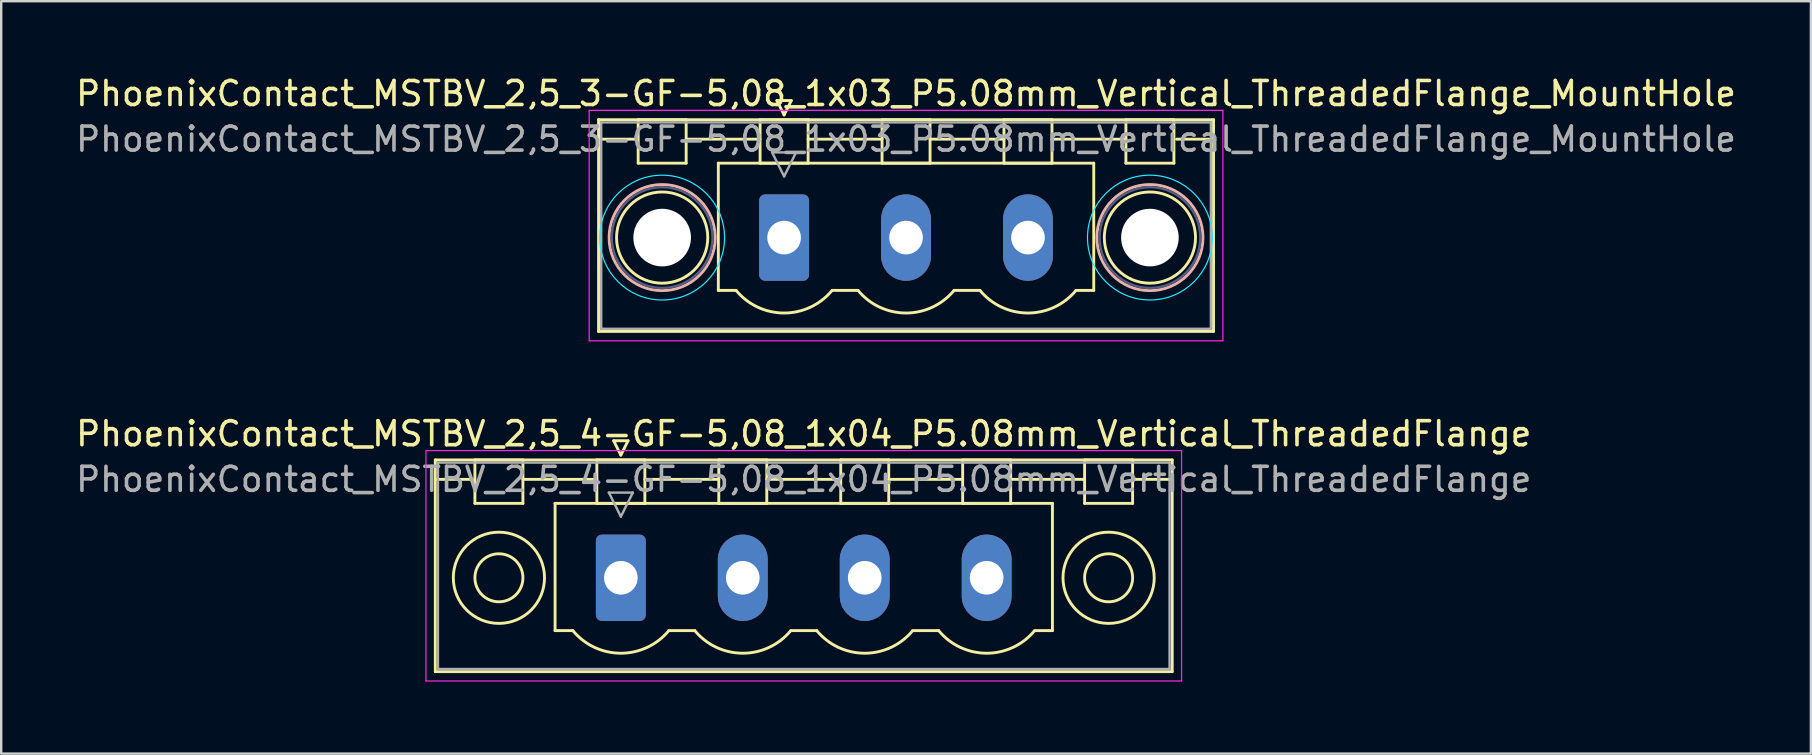
<source format=kicad_pcb>
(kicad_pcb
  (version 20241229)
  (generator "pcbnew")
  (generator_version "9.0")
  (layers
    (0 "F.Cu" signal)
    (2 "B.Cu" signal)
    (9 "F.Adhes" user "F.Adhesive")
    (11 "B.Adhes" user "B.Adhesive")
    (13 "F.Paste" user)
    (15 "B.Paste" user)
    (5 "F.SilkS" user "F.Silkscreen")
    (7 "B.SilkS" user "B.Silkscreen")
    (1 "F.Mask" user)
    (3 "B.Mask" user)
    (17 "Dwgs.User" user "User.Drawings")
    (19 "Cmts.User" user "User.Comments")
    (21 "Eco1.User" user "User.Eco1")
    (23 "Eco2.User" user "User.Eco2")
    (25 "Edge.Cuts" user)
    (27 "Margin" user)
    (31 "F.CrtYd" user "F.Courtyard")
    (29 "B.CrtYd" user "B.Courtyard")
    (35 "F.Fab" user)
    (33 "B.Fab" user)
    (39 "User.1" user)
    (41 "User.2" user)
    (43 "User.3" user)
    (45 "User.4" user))
  (footprint "PhoenixContact_MSTBV_2,5_4-GF-5,08_1x04_P5.08mm_Vertical_ThreadedFlange"
    (layer "F.Cu")
    (at 22.815 21.021)
    (property "Reference" "PhoenixContact_MSTBV_2,5_4-GF-5,08_1x04_P5.08mm_Vertical_ThreadedFlange" (at 7.62 -6 0) (layer "F.SilkS") (effects (font (size 1 1) (thickness 0.15))))
    (attr through_hole)
    (fp_line (start -7.73 -4.91) (end -7.73 3.91) (stroke (width 0.12) (type solid)) (layer "F.SilkS"))
    (fp_line (start -7.73 -4.1) (end -6.19 -4.1) (stroke (width 0.12) (type solid)) (layer "F.SilkS"))
    (fp_line (start -7.73 3.91) (end 22.97 3.91) (stroke (width 0.12) (type solid)) (layer "F.SilkS"))
    (fp_line (start -6.08 -4.91) (end -4.08 -4.91) (stroke (width 0.12) (type solid)) (layer "F.SilkS"))
    (fp_line (start -6.08 -3.1) (end -6.08 -4.91) (stroke (width 0.12) (type solid)) (layer "F.SilkS"))
    (fp_line (start -4.08 -4.91) (end -4.08 -3.1) (stroke (width 0.12) (type solid)) (layer "F.SilkS"))
    (fp_line (start -4.08 -4.1) (end -1 -4.1) (stroke (width 0.12) (type solid)) (layer "F.SilkS"))
    (fp_line (start -4.08 -3.1) (end -6.08 -3.1) (stroke (width 0.12) (type solid)) (layer "F.SilkS"))
    (fp_line (start -2.74 -3.1) (end 17.98 -3.1) (stroke (width 0.12) (type solid)) (layer "F.SilkS"))
    (fp_line (start -2.74 2.2) (end -2.74 -3.1) (stroke (width 0.12) (type solid)) (layer "F.SilkS"))
    (fp_line (start -2 2.2) (end -2.74 2.2) (stroke (width 0.12) (type solid)) (layer "F.SilkS"))
    (fp_line (start -1 -4.91) (end 1 -4.91) (stroke (width 0.12) (type solid)) (layer "F.SilkS"))
    (fp_line (start -1 -3.1) (end -1 -4.91) (stroke (width 0.12) (type solid)) (layer "F.SilkS"))
    (fp_line (start -0.3 -5.71) (end 0.3 -5.71) (stroke (width 0.12) (type solid)) (layer "F.SilkS"))
    (fp_line (start 0 -5.11) (end -0.3 -5.71) (stroke (width 0.12) (type solid)) (layer "F.SilkS"))
    (fp_line (start 0.3 -5.71) (end 0 -5.11) (stroke (width 0.12) (type solid)) (layer "F.SilkS"))
    (fp_line (start 1 -4.91) (end 1 -3.1) (stroke (width 0.12) (type solid)) (layer "F.SilkS"))
    (fp_line (start 1 -4.1) (end 4.08 -4.1) (stroke (width 0.12) (type solid)) (layer "F.SilkS"))
    (fp_line (start 1 -3.1) (end -1 -3.1) (stroke (width 0.12) (type solid)) (layer "F.SilkS"))
    (fp_line (start 2 2.2) (end 3.08 2.2) (stroke (width 0.12) (type solid)) (layer "F.SilkS"))
    (fp_line (start 4.08 -4.91) (end 6.08 -4.91) (stroke (width 0.12) (type solid)) (layer "F.SilkS"))
    (fp_line (start 4.08 -3.1) (end 4.08 -4.91) (stroke (width 0.12) (type solid)) (layer "F.SilkS"))
    (fp_line (start 6.08 -4.91) (end 6.08 -3.1) (stroke (width 0.12) (type solid)) (layer "F.SilkS"))
    (fp_line (start 6.08 -4.1) (end 9.16 -4.1) (stroke (width 0.12) (type solid)) (layer "F.SilkS"))
    (fp_line (start 6.08 -3.1) (end 4.08 -3.1) (stroke (width 0.12) (type solid)) (layer "F.SilkS"))
    (fp_line (start 7.08 2.2) (end 8.16 2.2) (stroke (width 0.12) (type solid)) (layer "F.SilkS"))
    (fp_line (start 9.16 -4.91) (end 11.16 -4.91) (stroke (width 0.12) (type solid)) (layer "F.SilkS"))
    (fp_line (start 9.16 -3.1) (end 9.16 -4.91) (stroke (width 0.12) (type solid)) (layer "F.SilkS"))
    (fp_line (start 11.16 -4.91) (end 11.16 -3.1) (stroke (width 0.12) (type solid)) (layer "F.SilkS"))
    (fp_line (start 11.16 -4.1) (end 14.24 -4.1) (stroke (width 0.12) (type solid)) (layer "F.SilkS"))
    (fp_line (start 11.16 -3.1) (end 9.16 -3.1) (stroke (width 0.12) (type solid)) (layer "F.SilkS"))
    (fp_line (start 12.16 2.2) (end 13.24 2.2) (stroke (width 0.12) (type solid)) (layer "F.SilkS"))
    (fp_line (start 14.24 -4.91) (end 16.24 -4.91) (stroke (width 0.12) (type solid)) (layer "F.SilkS"))
    (fp_line (start 14.24 -3.1) (end 14.24 -4.91) (stroke (width 0.12) (type solid)) (layer "F.SilkS"))
    (fp_line (start 16.24 -4.91) (end 16.24 -3.1) (stroke (width 0.12) (type solid)) (layer "F.SilkS"))
    (fp_line (start 16.24 -4.1) (end 19.32 -4.1) (stroke (width 0.12) (type solid)) (layer "F.SilkS"))
    (fp_line (start 16.24 -3.1) (end 14.24 -3.1) (stroke (width 0.12) (type solid)) (layer "F.SilkS"))
    (fp_line (start 17.98 -3.1) (end 17.98 2.2) (stroke (width 0.12) (type solid)) (layer "F.SilkS"))
    (fp_line (start 17.98 2.2) (end 17.24 2.2) (stroke (width 0.12) (type solid)) (layer "F.SilkS"))
    (fp_line (start 19.32 -4.91) (end 21.32 -4.91) (stroke (width 0.12) (type solid)) (layer "F.SilkS"))
    (fp_line (start 19.32 -3.1) (end 19.32 -4.91) (stroke (width 0.12) (type solid)) (layer "F.SilkS"))
    (fp_line (start 21.32 -4.91) (end 21.32 -3.1) (stroke (width 0.12) (type solid)) (layer "F.SilkS"))
    (fp_line (start 21.32 -3.1) (end 19.32 -3.1) (stroke (width 0.12) (type solid)) (layer "F.SilkS"))
    (fp_line (start 22.97 -4.91) (end -7.73 -4.91) (stroke (width 0.12) (type solid)) (layer "F.SilkS"))
    (fp_line (start 22.97 -4.1) (end 21.43 -4.1) (stroke (width 0.12) (type solid)) (layer "F.SilkS"))
    (fp_line (start 22.97 3.91) (end 22.97 -4.91) (stroke (width 0.12) (type solid)) (layer "F.SilkS"))
    (fp_arc (start 1.986842 2.215821) (mid -0.010289 3.142758) (end -2 2.2) (stroke (width 0.12) (type solid)) (layer "F.SilkS"))
    (fp_arc (start 7.066842 2.215821) (mid 5.069711 3.142758) (end 3.08 2.2) (stroke (width 0.12) (type solid)) (layer "F.SilkS"))
    (fp_arc (start 12.146842 2.215821) (mid 10.149711 3.142758) (end 8.16 2.2) (stroke (width 0.12) (type solid)) (layer "F.SilkS"))
    (fp_arc (start 17.226842 2.215821) (mid 15.229711 3.142758) (end 13.24 2.2) (stroke (width 0.12) (type solid)) (layer "F.SilkS"))
    (fp_circle (center -5.08 0) (end -4.08 0) (stroke (width 0.12) (type solid)) (fill no) (layer "F.SilkS"))
    (fp_circle (center -5.08 0) (end -3.18 0) (stroke (width 0.12) (type solid)) (fill no) (layer "F.SilkS"))
    (fp_circle (center 20.32 0) (end 21.32 0) (stroke (width 0.12) (type solid)) (fill no) (layer "F.SilkS"))
    (fp_circle (center 20.32 0) (end 22.22 0) (stroke (width 0.12) (type solid)) (fill no) (layer "F.SilkS"))
    (fp_line (start -8.12 -5.3) (end -8.12 4.3) (stroke (width 0.05) (type solid)) (layer "F.CrtYd"))
    (fp_line (start -8.12 4.3) (end 23.36 4.3) (stroke (width 0.05) (type solid)) (layer "F.CrtYd"))
    (fp_line (start 23.36 -5.3) (end -8.12 -5.3) (stroke (width 0.05) (type solid)) (layer "F.CrtYd"))
    (fp_line (start 23.36 4.3) (end 23.36 -5.3) (stroke (width 0.05) (type solid)) (layer "F.CrtYd"))
    (fp_line (start -7.62 -4.8) (end -7.62 3.8) (stroke (width 0.1) (type solid)) (layer "F.Fab"))
    (fp_line (start -7.62 3.8) (end 22.86 3.8) (stroke (width 0.1) (type solid)) (layer "F.Fab"))
    (fp_line (start -0.5 -3.55) (end 0.5 -3.55) (stroke (width 0.1) (type solid)) (layer "F.Fab"))
    (fp_line (start 0 -2.55) (end -0.5 -3.55) (stroke (width 0.1) (type solid)) (layer "F.Fab"))
    (fp_line (start 0.5 -3.55) (end 0 -2.55) (stroke (width 0.1) (type solid)) (layer "F.Fab"))
    (fp_line (start 22.86 -4.8) (end -7.62 -4.8) (stroke (width 0.1) (type solid)) (layer "F.Fab"))
    (fp_line (start 22.86 3.8) (end 22.86 -4.8) (stroke (width 0.1) (type solid)) (layer "F.Fab"))
    (fp_text user "${REFERENCE}" (at 7.62 -4.1 0) (layer "F.Fab") (effects (font (size 1 1) (thickness 0.15))))
    (pad "1" thru_hole roundrect (at 0 0) (size 2.08 3.6) (drill 1.4) (layers "*.Cu" "*.Mask") (roundrect_rratio 0.12))
    (pad "2" thru_hole oval (at 5.08 0) (size 2.08 3.6) (drill 1.4) (layers "*.Cu" "*.Mask"))
    (pad "3" thru_hole oval (at 10.16 0) (size 2.08 3.6) (drill 1.4) (layers "*.Cu" "*.Mask"))
    (pad "4" thru_hole oval (at 15.24 0) (size 2.08 3.6) (drill 1.4) (layers "*.Cu" "*.Mask")))
  (footprint "PhoenixContact_MSTBV_2,5_3-GF-5,08_1x03_P5.08mm_Vertical_ThreadedFlange_MountHole"
    (layer "F.Cu")
    (at 29.616 6.848)
    (property "Reference" "PhoenixContact_MSTBV_2,5_3-GF-5,08_1x03_P5.08mm_Vertical_ThreadedFlange_MountHole" (at 5.08 -6 0) (layer "F.SilkS") (effects (font (size 1 1) (thickness 0.15))))
    (attr through_hole)
    (fp_line (start -7.73 -4.91) (end -7.73 3.91) (stroke (width 0.12) (type solid)) (layer "F.SilkS"))
    (fp_line (start -7.73 -4.1) (end -6.19 -4.1) (stroke (width 0.12) (type solid)) (layer "F.SilkS"))
    (fp_line (start -7.73 3.91) (end 17.89 3.91) (stroke (width 0.12) (type solid)) (layer "F.SilkS"))
    (fp_line (start -6.08 -4.91) (end -4.08 -4.91) (stroke (width 0.12) (type solid)) (layer "F.SilkS"))
    (fp_line (start -6.08 -3.1) (end -6.08 -4.91) (stroke (width 0.12) (type solid)) (layer "F.SilkS"))
    (fp_line (start -4.08 -4.91) (end -4.08 -3.1) (stroke (width 0.12) (type solid)) (layer "F.SilkS"))
    (fp_line (start -4.08 -4.1) (end -1 -4.1) (stroke (width 0.12) (type solid)) (layer "F.SilkS"))
    (fp_line (start -4.08 -3.1) (end -6.08 -3.1) (stroke (width 0.12) (type solid)) (layer "F.SilkS"))
    (fp_line (start -2.74 -3.1) (end 12.9 -3.1) (stroke (width 0.12) (type solid)) (layer "F.SilkS"))
    (fp_line (start -2.74 2.2) (end -2.74 -3.1) (stroke (width 0.12) (type solid)) (layer "F.SilkS"))
    (fp_line (start -2 2.2) (end -2.74 2.2) (stroke (width 0.12) (type solid)) (layer "F.SilkS"))
    (fp_line (start -1 -4.91) (end 1 -4.91) (stroke (width 0.12) (type solid)) (layer "F.SilkS"))
    (fp_line (start -1 -3.1) (end -1 -4.91) (stroke (width 0.12) (type solid)) (layer "F.SilkS"))
    (fp_line (start -0.3 -5.71) (end 0.3 -5.71) (stroke (width 0.12) (type solid)) (layer "F.SilkS"))
    (fp_line (start 0 -5.11) (end -0.3 -5.71) (stroke (width 0.12) (type solid)) (layer "F.SilkS"))
    (fp_line (start 0.3 -5.71) (end 0 -5.11) (stroke (width 0.12) (type solid)) (layer "F.SilkS"))
    (fp_line (start 1 -4.91) (end 1 -3.1) (stroke (width 0.12) (type solid)) (layer "F.SilkS"))
    (fp_line (start 1 -4.1) (end 4.08 -4.1) (stroke (width 0.12) (type solid)) (layer "F.SilkS"))
    (fp_line (start 1 -3.1) (end -1 -3.1) (stroke (width 0.12) (type solid)) (layer "F.SilkS"))
    (fp_line (start 2 2.2) (end 3.08 2.2) (stroke (width 0.12) (type solid)) (layer "F.SilkS"))
    (fp_line (start 4.08 -4.91) (end 6.08 -4.91) (stroke (width 0.12) (type solid)) (layer "F.SilkS"))
    (fp_line (start 4.08 -3.1) (end 4.08 -4.91) (stroke (width 0.12) (type solid)) (layer "F.SilkS"))
    (fp_line (start 6.08 -4.91) (end 6.08 -3.1) (stroke (width 0.12) (type solid)) (layer "F.SilkS"))
    (fp_line (start 6.08 -4.1) (end 9.16 -4.1) (stroke (width 0.12) (type solid)) (layer "F.SilkS"))
    (fp_line (start 6.08 -3.1) (end 4.08 -3.1) (stroke (width 0.12) (type solid)) (layer "F.SilkS"))
    (fp_line (start 7.08 2.2) (end 8.16 2.2) (stroke (width 0.12) (type solid)) (layer "F.SilkS"))
    (fp_line (start 9.16 -4.91) (end 11.16 -4.91) (stroke (width 0.12) (type solid)) (layer "F.SilkS"))
    (fp_line (start 9.16 -3.1) (end 9.16 -4.91) (stroke (width 0.12) (type solid)) (layer "F.SilkS"))
    (fp_line (start 11.16 -4.91) (end 11.16 -3.1) (stroke (width 0.12) (type solid)) (layer "F.SilkS"))
    (fp_line (start 11.16 -4.1) (end 14.24 -4.1) (stroke (width 0.12) (type solid)) (layer "F.SilkS"))
    (fp_line (start 11.16 -3.1) (end 9.16 -3.1) (stroke (width 0.12) (type solid)) (layer "F.SilkS"))
    (fp_line (start 12.9 -3.1) (end 12.9 2.2) (stroke (width 0.12) (type solid)) (layer "F.SilkS"))
    (fp_line (start 12.9 2.2) (end 12.16 2.2) (stroke (width 0.12) (type solid)) (layer "F.SilkS"))
    (fp_line (start 14.24 -4.91) (end 16.24 -4.91) (stroke (width 0.12) (type solid)) (layer "F.SilkS"))
    (fp_line (start 14.24 -3.1) (end 14.24 -4.91) (stroke (width 0.12) (type solid)) (layer "F.SilkS"))
    (fp_line (start 16.24 -4.91) (end 16.24 -3.1) (stroke (width 0.12) (type solid)) (layer "F.SilkS"))
    (fp_line (start 16.24 -3.1) (end 14.24 -3.1) (stroke (width 0.12) (type solid)) (layer "F.SilkS"))
    (fp_line (start 17.89 -4.91) (end -7.73 -4.91) (stroke (width 0.12) (type solid)) (layer "F.SilkS"))
    (fp_line (start 17.89 -4.1) (end 16.35 -4.1) (stroke (width 0.12) (type solid)) (layer "F.SilkS"))
    (fp_line (start 17.89 3.91) (end 17.89 -4.91) (stroke (width 0.12) (type solid)) (layer "F.SilkS"))
    (fp_arc (start 1.986842 2.215821) (mid -0.010289 3.142758) (end -2 2.2) (stroke (width 0.12) (type solid)) (layer "F.SilkS"))
    (fp_arc (start 7.066842 2.215821) (mid 5.069711 3.142758) (end 3.08 2.2) (stroke (width 0.12) (type solid)) (layer "F.SilkS"))
    (fp_arc (start 12.146842 2.215821) (mid 10.149711 3.142758) (end 8.16 2.2) (stroke (width 0.12) (type solid)) (layer "F.SilkS"))
    (fp_circle (center -5.08 0) (end -3.18 0) (stroke (width 0.12) (type solid)) (fill no) (layer "F.SilkS"))
    (fp_circle (center 15.24 0) (end 17.14 0) (stroke (width 0.12) (type solid)) (fill no) (layer "F.SilkS"))
    (fp_circle (center -5.08 0) (end -2.87 0) (stroke (width 0.12) (type solid)) (fill no) (layer "B.SilkS"))
    (fp_circle (center 15.24 0) (end 17.45 0) (stroke (width 0.12) (type solid)) (fill no) (layer "B.SilkS"))
    (fp_circle (center -5.08 0) (end -2.48 0) (stroke (width 0.05) (type solid)) (fill no) (layer "B.CrtYd"))
    (fp_circle (center 15.24 0) (end 17.84 0) (stroke (width 0.05) (type solid)) (fill no) (layer "B.CrtYd"))
    (fp_line (start -8.12 -5.3) (end -8.12 4.3) (stroke (width 0.05) (type solid)) (layer "F.CrtYd"))
    (fp_line (start -8.12 4.3) (end 18.28 4.3) (stroke (width 0.05) (type solid)) (layer "F.CrtYd"))
    (fp_line (start 18.28 -5.3) (end -8.12 -5.3) (stroke (width 0.05) (type solid)) (layer "F.CrtYd"))
    (fp_line (start 18.28 4.3) (end 18.28 -5.3) (stroke (width 0.05) (type solid)) (layer "F.CrtYd"))
    (fp_circle (center -5.08 0) (end -2.98 0) (stroke (width 0.1) (type solid)) (fill no) (layer "B.Fab"))
    (fp_circle (center 15.24 0) (end 17.34 0) (stroke (width 0.1) (type solid)) (fill no) (layer "B.Fab"))
    (fp_line (start -7.62 -4.8) (end -7.62 3.8) (stroke (width 0.1) (type solid)) (layer "F.Fab"))
    (fp_line (start -7.62 3.8) (end 17.78 3.8) (stroke (width 0.1) (type solid)) (layer "F.Fab"))
    (fp_line (start -0.5 -3.55) (end 0.5 -3.55) (stroke (width 0.1) (type solid)) (layer "F.Fab"))
    (fp_line (start 0 -2.55) (end -0.5 -3.55) (stroke (width 0.1) (type solid)) (layer "F.Fab"))
    (fp_line (start 0.5 -3.55) (end 0 -2.55) (stroke (width 0.1) (type solid)) (layer "F.Fab"))
    (fp_line (start 17.78 -4.8) (end -7.62 -4.8) (stroke (width 0.1) (type solid)) (layer "F.Fab"))
    (fp_line (start 17.78 3.8) (end 17.78 -4.8) (stroke (width 0.1) (type solid)) (layer "F.Fab"))
    (fp_text user "${REFERENCE}" (at 5.08 -4.1 0) (layer "F.Fab") (effects (font (size 1 1) (thickness 0.15))))
    (pad "" np_thru_hole circle (at -5.08 0) (size 2.4 2.4) (drill 2.4) (layers "*.Cu" "*.Mask"))
    (pad "" np_thru_hole circle (at 15.24 0) (size 2.4 2.4) (drill 2.4) (layers "*.Cu" "*.Mask"))
    (pad "1" thru_hole roundrect (at 0 0) (size 2.08 3.6) (drill 1.4) (layers "*.Cu" "*.Mask") (roundrect_rratio 0.12))
    (pad "2" thru_hole oval (at 5.08 0) (size 2.08 3.6) (drill 1.4) (layers "*.Cu" "*.Mask"))
    (pad "3" thru_hole oval (at 10.16 0) (size 2.08 3.6) (drill 1.4) (layers "*.Cu" "*.Mask")))
  (gr_rect
    (start -3 -3)
    (end 72.393 28.346)
    (stroke (width 0.1) (type default))
    (fill no)
    (layer "Edge.Cuts")))
</source>
